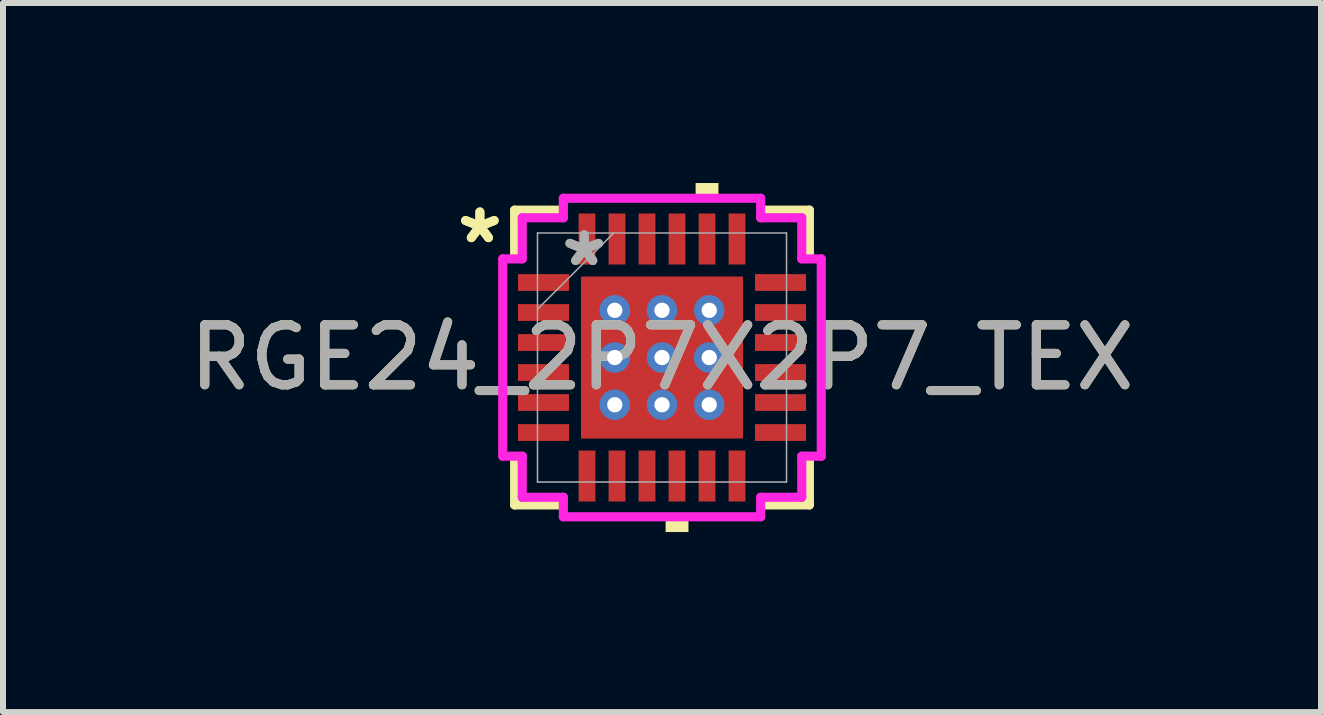
<source format=kicad_pcb>
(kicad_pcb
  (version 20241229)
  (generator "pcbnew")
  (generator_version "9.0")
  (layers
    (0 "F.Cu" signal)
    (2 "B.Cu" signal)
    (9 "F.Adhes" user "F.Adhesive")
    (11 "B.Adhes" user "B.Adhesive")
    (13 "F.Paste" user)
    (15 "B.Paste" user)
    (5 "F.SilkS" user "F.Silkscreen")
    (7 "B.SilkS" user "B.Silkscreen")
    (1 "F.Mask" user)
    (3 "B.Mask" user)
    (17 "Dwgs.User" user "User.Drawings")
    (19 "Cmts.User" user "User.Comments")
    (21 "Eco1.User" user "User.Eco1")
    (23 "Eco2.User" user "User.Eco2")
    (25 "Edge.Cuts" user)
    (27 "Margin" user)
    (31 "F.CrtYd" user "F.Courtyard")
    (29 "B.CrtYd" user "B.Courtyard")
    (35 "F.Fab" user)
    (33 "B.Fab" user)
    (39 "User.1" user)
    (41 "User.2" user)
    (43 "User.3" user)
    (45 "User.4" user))
  (footprint "RGE24_2P7X2P7_TEX"
    (layer "F.Cu")
    (at 7.982 2.908)
    (property "Reference" "RGE24_2P7X2P7_TEX" (at 0 0 0) (unlocked yes) (layer "F.SilkS") (effects (font (size 1 1) (thickness 0.15))))
    (attr smd)
    (fp_poly (pts (xy -1.413 -1.413) (xy -0.987 -1.413) (xy -0.987 1.413) (xy -1.413 1.413)) (stroke (width 0) (type solid)) (fill yes) (layer "F.Mask"))
    (fp_poly (pts (xy -1.413 -1.413) (xy 1.413 -1.413) (xy 1.413 -0.987) (xy -1.413 -0.987)) (stroke (width 0) (type solid)) (fill yes) (layer "F.Mask"))
    (fp_poly (pts (xy -1.413 -0.587) (xy 1.413 -0.587) (xy 1.413 -0.2) (xy -1.413 -0.2)) (stroke (width 0) (type solid)) (fill yes) (layer "F.Mask"))
    (fp_poly (pts (xy -1.413 0.2) (xy 1.413 0.2) (xy 1.413 0.587) (xy -1.413 0.587)) (stroke (width 0) (type solid)) (fill yes) (layer "F.Mask"))
    (fp_poly (pts (xy -1.413 0.987) (xy 1.413 0.987) (xy 1.413 1.413) (xy -1.413 1.413)) (stroke (width 0) (type solid)) (fill yes) (layer "F.Mask"))
    (fp_poly (pts (xy -0.2 -1.413) (xy -0.587 -1.413) (xy -0.587 1.413) (xy -0.2 1.413)) (stroke (width 0) (type solid)) (fill yes) (layer "F.Mask"))
    (fp_poly (pts (xy 0.587 -1.413) (xy 0.2 -1.413) (xy 0.2 1.413) (xy 0.587 1.413)) (stroke (width 0) (type solid)) (fill yes) (layer "F.Mask"))
    (fp_poly (pts (xy 0.987 -1.413) (xy 1.413 -1.413) (xy 1.413 1.413) (xy 0.987 1.413)) (stroke (width 0) (type solid)) (fill yes) (layer "F.Mask"))
    (fp_line (start -2.456 -2.456) (end -2.456 -1.718) (stroke (width 0.152) (type solid)) (layer "F.SilkS"))
    (fp_line (start -2.456 1.718) (end -2.456 2.456) (stroke (width 0.152) (type solid)) (layer "F.SilkS"))
    (fp_line (start -2.456 2.456) (end -1.718 2.456) (stroke (width 0.152) (type solid)) (layer "F.SilkS"))
    (fp_line (start -1.718 -2.456) (end -2.456 -2.456) (stroke (width 0.152) (type solid)) (layer "F.SilkS"))
    (fp_line (start 1.718 2.456) (end 2.456 2.456) (stroke (width 0.152) (type solid)) (layer "F.SilkS"))
    (fp_line (start 2.456 -2.456) (end 1.718 -2.456) (stroke (width 0.152) (type solid)) (layer "F.SilkS"))
    (fp_line (start 2.456 -1.718) (end 2.456 -2.456) (stroke (width 0.152) (type solid)) (layer "F.SilkS"))
    (fp_line (start 2.456 2.456) (end 2.456 1.718) (stroke (width 0.152) (type solid)) (layer "F.SilkS"))
    (fp_poly (pts (xy 0.06 2.654) (xy 0.06 2.908) (xy 0.441 2.908) (xy 0.441 2.654)) (stroke (width 0) (type solid)) (fill yes) (layer "F.SilkS"))
    (fp_poly (pts (xy 0.56 -2.654) (xy 0.56 -2.908) (xy 0.941 -2.908) (xy 0.941 -2.654)) (stroke (width 0) (type solid)) (fill yes) (layer "F.SilkS"))
    (fp_poly (pts (xy -1.275 -1.275) (xy -1.275 -0.887) (xy -1.029 -0.887) (xy -0.887 -1.029) (xy -0.887 -1.275)) (stroke (width 0) (type solid)) (fill yes) (layer "F.Paste"))
    (fp_poly (pts (xy -1.275 0.887) (xy -1.275 1.275) (xy -0.887 1.275) (xy -0.887 1.029) (xy -1.029 0.887)) (stroke (width 0) (type solid)) (fill yes) (layer "F.Paste"))
    (fp_poly (pts (xy 0.887 -1.275) (xy 0.887 -1.029) (xy 1.029 -0.887) (xy 1.275 -0.887) (xy 1.275 -1.275)) (stroke (width 0) (type solid)) (fill yes) (layer "F.Paste"))
    (fp_poly (pts (xy 1.029 0.887) (xy 0.887 1.029) (xy 0.887 1.275) (xy 1.275 1.275) (xy 1.275 0.887)) (stroke (width 0) (type solid)) (fill yes) (layer "F.Paste"))
    (fp_poly (pts (xy -1.275 -0.687) (xy -1.275 -0.1) (xy -1.029 -0.1) (xy -0.887 -0.241) (xy -0.887 -0.546) (xy -1.029 -0.687)) (stroke (width 0) (type solid)) (fill yes) (layer "F.Paste"))
    (fp_poly (pts (xy -1.275 0.1) (xy -1.275 0.687) (xy -1.029 0.687) (xy -0.887 0.546) (xy -0.887 0.241) (xy -1.029 0.1)) (stroke (width 0) (type solid)) (fill yes) (layer "F.Paste"))
    (fp_poly (pts (xy -0.687 -1.275) (xy -0.687 -1.029) (xy -0.546 -0.887) (xy -0.241 -0.887) (xy -0.1 -1.029) (xy -0.1 -1.275)) (stroke (width 0) (type solid)) (fill yes) (layer "F.Paste"))
    (fp_poly (pts (xy -0.546 0.887) (xy -0.687 1.029) (xy -0.687 1.275) (xy -0.1 1.275) (xy -0.1 1.029) (xy -0.241 0.887)) (stroke (width 0) (type solid)) (fill yes) (layer "F.Paste"))
    (fp_poly (pts (xy 0.1 -1.275) (xy 0.1 -1.029) (xy 0.241 -0.887) (xy 0.546 -0.887) (xy 0.687 -1.029) (xy 0.687 -1.275)) (stroke (width 0) (type solid)) (fill yes) (layer "F.Paste"))
    (fp_poly (pts (xy 0.241 0.887) (xy 0.1 1.029) (xy 0.1 1.275) (xy 0.687 1.275) (xy 0.687 1.029) (xy 0.546 0.887)) (stroke (width 0) (type solid)) (fill yes) (layer "F.Paste"))
    (fp_poly (pts (xy 1.029 -0.687) (xy 0.887 -0.546) (xy 0.887 -0.241) (xy 1.029 -0.1) (xy 1.275 -0.1) (xy 1.275 -0.687)) (stroke (width 0) (type solid)) (fill yes) (layer "F.Paste"))
    (fp_poly (pts (xy 1.029 0.1) (xy 0.887 0.241) (xy 0.887 0.546) (xy 1.029 0.687) (xy 1.275 0.687) (xy 1.275 0.1)) (stroke (width 0) (type solid)) (fill yes) (layer "F.Paste"))
    (fp_poly (pts (xy -0.546 -0.687) (xy -0.687 -0.546) (xy -0.687 -0.241) (xy -0.546 -0.1) (xy -0.241 -0.1) (xy -0.1 -0.241) (xy -0.1 -0.546) (xy -0.241 -0.687)) (stroke (width 0) (type solid)) (fill yes) (layer "F.Paste"))
    (fp_poly (pts (xy -0.546 0.1) (xy -0.687 0.241) (xy -0.687 0.546) (xy -0.546 0.687) (xy -0.241 0.687) (xy -0.1 0.546) (xy -0.1 0.241) (xy -0.241 0.1)) (stroke (width 0) (type solid)) (fill yes) (layer "F.Paste"))
    (fp_poly (pts (xy 0.241 -0.687) (xy 0.1 -0.546) (xy 0.1 -0.241) (xy 0.241 -0.1) (xy 0.546 -0.1) (xy 0.687 -0.241) (xy 0.687 -0.546) (xy 0.546 -0.687)) (stroke (width 0) (type solid)) (fill yes) (layer "F.Paste"))
    (fp_poly (pts (xy 0.241 0.1) (xy 0.1 0.241) (xy 0.1 0.546) (xy 0.241 0.687) (xy 0.546 0.687) (xy 0.687 0.546) (xy 0.687 0.241) (xy 0.546 0.1)) (stroke (width 0) (type solid)) (fill yes) (layer "F.Paste"))
    (fp_line (start -2.654 -1.644) (end -2.329 -1.644) (stroke (width 0.152) (type solid)) (layer "F.CrtYd"))
    (fp_line (start -2.654 1.644) (end -2.654 -1.644) (stroke (width 0.152) (type solid)) (layer "F.CrtYd"))
    (fp_line (start -2.329 -2.329) (end -1.644 -2.329) (stroke (width 0.152) (type solid)) (layer "F.CrtYd"))
    (fp_line (start -2.329 -1.644) (end -2.329 -2.329) (stroke (width 0.152) (type solid)) (layer "F.CrtYd"))
    (fp_line (start -2.329 1.644) (end -2.654 1.644) (stroke (width 0.152) (type solid)) (layer "F.CrtYd"))
    (fp_line (start -2.329 2.329) (end -2.329 1.644) (stroke (width 0.152) (type solid)) (layer "F.CrtYd"))
    (fp_line (start -1.644 -2.654) (end 1.644 -2.654) (stroke (width 0.152) (type solid)) (layer "F.CrtYd"))
    (fp_line (start -1.644 -2.329) (end -1.644 -2.654) (stroke (width 0.152) (type solid)) (layer "F.CrtYd"))
    (fp_line (start -1.644 2.329) (end -2.329 2.329) (stroke (width 0.152) (type solid)) (layer "F.CrtYd"))
    (fp_line (start -1.644 2.654) (end -1.644 2.329) (stroke (width 0.152) (type solid)) (layer "F.CrtYd"))
    (fp_line (start 1.644 -2.654) (end 1.644 -2.329) (stroke (width 0.152) (type solid)) (layer "F.CrtYd"))
    (fp_line (start 1.644 -2.329) (end 2.329 -2.329) (stroke (width 0.152) (type solid)) (layer "F.CrtYd"))
    (fp_line (start 1.644 2.329) (end 1.644 2.654) (stroke (width 0.152) (type solid)) (layer "F.CrtYd"))
    (fp_line (start 1.644 2.654) (end -1.644 2.654) (stroke (width 0.152) (type solid)) (layer "F.CrtYd"))
    (fp_line (start 2.329 -2.329) (end 2.329 -1.644) (stroke (width 0.152) (type solid)) (layer "F.CrtYd"))
    (fp_line (start 2.329 -1.644) (end 2.654 -1.644) (stroke (width 0.152) (type solid)) (layer "F.CrtYd"))
    (fp_line (start 2.329 1.644) (end 2.329 2.329) (stroke (width 0.152) (type solid)) (layer "F.CrtYd"))
    (fp_line (start 2.329 2.329) (end 1.644 2.329) (stroke (width 0.152) (type solid)) (layer "F.CrtYd"))
    (fp_line (start 2.654 -1.644) (end 2.654 1.644) (stroke (width 0.152) (type solid)) (layer "F.CrtYd"))
    (fp_line (start 2.654 1.644) (end 2.329 1.644) (stroke (width 0.152) (type solid)) (layer "F.CrtYd"))
    (fp_line (start -2.075 -2.075) (end -2.075 2.075) (stroke (width 0.025) (type solid)) (layer "F.Fab"))
    (fp_line (start -2.075 -0.805) (end -0.805 -2.075) (stroke (width 0.025) (type solid)) (layer "F.Fab"))
    (fp_line (start -2.075 2.075) (end 2.075 2.075) (stroke (width 0.025) (type solid)) (layer "F.Fab"))
    (fp_line (start 2.075 -2.075) (end -2.075 -2.075) (stroke (width 0.025) (type solid)) (layer "F.Fab"))
    (fp_line (start 2.075 2.075) (end 2.075 -2.075) (stroke (width 0.025) (type solid)) (layer "F.Fab"))
    (fp_text user "*" (at -3.035 -1.881 0) (layer "F.SilkS") (effects (font (size 1 1) (thickness 0.15))))
    (fp_text user "*" (at -3.035 -1.881 0) (unlocked yes) (layer "F.SilkS") (effects (font (size 1 1) (thickness 0.15))))
    (fp_text user "*" (at -1.296 -1.5 0) (layer "F.Fab") (effects (font (size 1 1) (thickness 0.15))))
    (fp_text user "${REFERENCE}" (at 0 0 0) (unlocked yes) (layer "F.Fab") (effects (font (size 1 1) (thickness 0.15))))
    (fp_text user "*" (at -1.296 -1.5 0) (unlocked yes) (layer "F.Fab") (effects (font (size 1 1) (thickness 0.15))))
    (pad "1" smd rect (at -1.975 -1.25 90) (size 0.28 0.85) (layers "F.Cu" "F.Mask"))
    (pad "2" smd rect (at -1.975 -0.75 90) (size 0.28 0.85) (layers "F.Cu" "F.Mask"))
    (pad "3" smd rect (at -1.975 -0.25 90) (size 0.28 0.85) (layers "F.Cu" "F.Mask"))
    (pad "4" smd rect (at -1.975 0.25 90) (size 0.28 0.85) (layers "F.Cu" "F.Mask"))
    (pad "5" smd rect (at -1.975 0.75 90) (size 0.28 0.85) (layers "F.Cu" "F.Mask"))
    (pad "6" smd rect (at -1.975 1.25 90) (size 0.28 0.85) (layers "F.Cu" "F.Mask"))
    (pad "7" smd rect (at -1.25 1.975) (size 0.28 0.85) (layers "F.Cu" "F.Mask"))
    (pad "8" smd rect (at -0.75 1.975) (size 0.28 0.85) (layers "F.Cu" "F.Mask"))
    (pad "9" smd rect (at -0.25 1.975) (size 0.28 0.85) (layers "F.Cu" "F.Mask"))
    (pad "10" smd rect (at 0.25 1.975) (size 0.28 0.85) (layers "F.Cu" "F.Mask"))
    (pad "11" smd rect (at 0.75 1.975) (size 0.28 0.85) (layers "F.Cu" "F.Mask"))
    (pad "12" smd rect (at 1.25 1.975) (size 0.28 0.85) (layers "F.Cu" "F.Mask"))
    (pad "13" smd rect (at 1.975 1.25 90) (size 0.28 0.85) (layers "F.Cu" "F.Mask"))
    (pad "14" smd rect (at 1.975 0.75 90) (size 0.28 0.85) (layers "F.Cu" "F.Mask"))
    (pad "15" smd rect (at 1.975 0.25 90) (size 0.28 0.85) (layers "F.Cu" "F.Mask"))
    (pad "16" smd rect (at 1.975 -0.25 90) (size 0.28 0.85) (layers "F.Cu" "F.Mask"))
    (pad "17" smd rect (at 1.975 -0.75 90) (size 0.28 0.85) (layers "F.Cu" "F.Mask"))
    (pad "18" smd rect (at 1.975 -1.25 90) (size 0.28 0.85) (layers "F.Cu" "F.Mask"))
    (pad "19" smd rect (at 1.25 -1.975) (size 0.28 0.85) (layers "F.Cu" "F.Mask"))
    (pad "20" smd rect (at 0.75 -1.975) (size 0.28 0.85) (layers "F.Cu" "F.Mask"))
    (pad "21" smd rect (at 0.25 -1.975) (size 0.28 0.85) (layers "F.Cu" "F.Mask"))
    (pad "22" smd rect (at -0.25 -1.975) (size 0.28 0.85) (layers "F.Cu" "F.Mask"))
    (pad "23" smd rect (at -0.75 -1.975) (size 0.28 0.85) (layers "F.Cu" "F.Mask"))
    (pad "24" smd rect (at -1.25 -1.975) (size 0.28 0.85) (layers "F.Cu" "F.Mask"))
    (pad "25" smd rect (at 0 0) (size 2.7 2.7) (layers "F.Cu"))
    (pad "V" thru_hole circle (at -0.787 -0.787) (size 0.508 0.508) (drill 0.254) (layers "*.Cu" "*.Mask"))
    (pad "V" thru_hole circle (at -0.787 0) (size 0.508 0.508) (drill 0.254) (layers "*.Cu" "*.Mask"))
    (pad "V" thru_hole circle (at -0.787 0.787) (size 0.508 0.508) (drill 0.254) (layers "*.Cu" "*.Mask"))
    (pad "V" thru_hole circle (at 0 -0.787) (size 0.508 0.508) (drill 0.254) (layers "*.Cu" "*.Mask"))
    (pad "V" thru_hole circle (at 0 0) (size 0.508 0.508) (drill 0.254) (layers "*.Cu" "*.Mask"))
    (pad "V" thru_hole circle (at 0 0.787) (size 0.508 0.508) (drill 0.254) (layers "*.Cu" "*.Mask"))
    (pad "V" thru_hole circle (at 0.787 -0.787) (size 0.508 0.508) (drill 0.254) (layers "*.Cu" "*.Mask"))
    (pad "V" thru_hole circle (at 0.787 0) (size 0.508 0.508) (drill 0.254) (layers "*.Cu" "*.Mask"))
    (pad "V" thru_hole circle (at 0.787 0.787) (size 0.508 0.508) (drill 0.254) (layers "*.Cu" "*.Mask")))
  (gr_rect
    (start -3 -3)
    (end 18.964 8.816)
    (stroke (width 0.1) (type default))
    (fill no)
    (layer "Edge.Cuts")))
</source>
